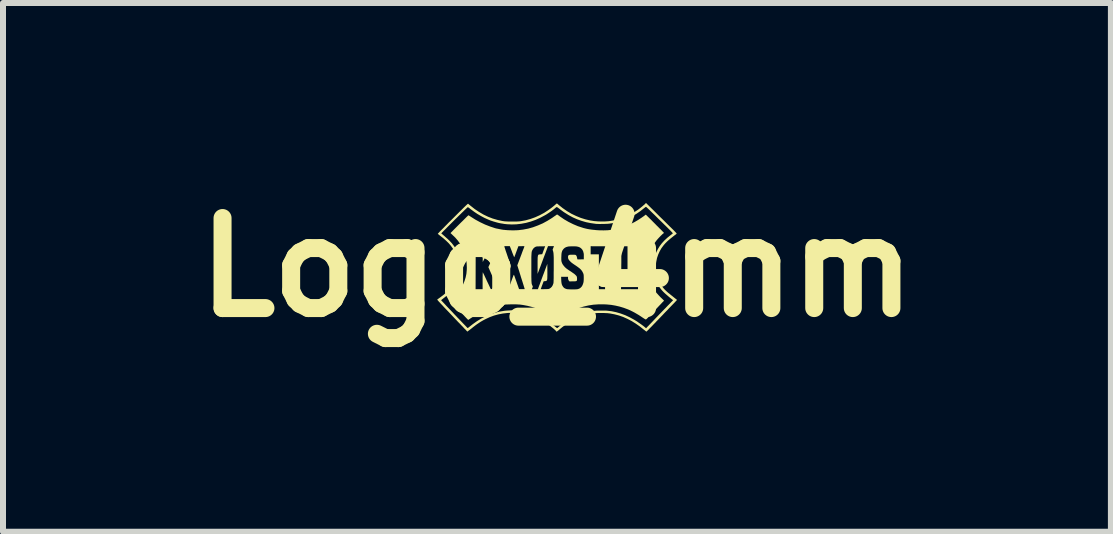
<source format=kicad_pcb>
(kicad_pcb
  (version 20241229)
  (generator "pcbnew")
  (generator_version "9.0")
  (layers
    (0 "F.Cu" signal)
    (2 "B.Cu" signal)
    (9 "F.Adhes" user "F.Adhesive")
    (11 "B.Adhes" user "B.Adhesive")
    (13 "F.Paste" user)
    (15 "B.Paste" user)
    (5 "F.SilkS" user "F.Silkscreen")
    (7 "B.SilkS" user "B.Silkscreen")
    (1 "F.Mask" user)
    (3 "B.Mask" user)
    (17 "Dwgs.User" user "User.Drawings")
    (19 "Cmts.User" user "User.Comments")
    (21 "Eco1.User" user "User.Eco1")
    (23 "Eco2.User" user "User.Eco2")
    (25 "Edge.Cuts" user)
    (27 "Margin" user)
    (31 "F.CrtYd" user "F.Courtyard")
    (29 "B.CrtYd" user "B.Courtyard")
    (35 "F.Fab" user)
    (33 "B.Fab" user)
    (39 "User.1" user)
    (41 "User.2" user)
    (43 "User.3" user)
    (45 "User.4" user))
  (footprint "Logo_4mm"
    (layer "F.Cu")
    (at 6.229 1.404)
    (property "Reference" "Logo_4mm" (at 0 0 0) (layer "F.SilkS") (effects (font (size 1.5 1.5) (thickness 0.3))))
    (attr board_only exclude_from_pos_files exclude_from_bom)
    (fp_poly (pts (xy 1.582 -0.975) (xy 1.603 -0.955) (xy 1.628 -0.93) (xy 1.656 -0.902) (xy 1.686 -0.872) (xy 1.718 -0.84) (xy 1.751 -0.808) (xy 1.784 -0.776) (xy 1.816 -0.744) (xy 1.84 -0.72) (xy 1.871 -0.689) (xy 1.898 -0.663) (xy 1.921 -0.64) (xy 1.94 -0.622) (xy 1.955 -0.606) (xy 1.968 -0.593) (xy 1.977 -0.583) (xy 1.984 -0.576) (xy 1.989 -0.57) (xy 1.992 -0.566) (xy 1.993 -0.563) (xy 1.993 -0.561) (xy 1.993 -0.56) (xy 1.991 -0.558) (xy 1.986 -0.554) (xy 1.976 -0.546) (xy 1.965 -0.538) (xy 1.958 -0.533) (xy 1.924 -0.506) (xy 1.895 -0.483) (xy 1.869 -0.461) (xy 1.847 -0.442) (xy 1.827 -0.423) (xy 1.809 -0.405) (xy 1.792 -0.386) (xy 1.779 -0.371) (xy 1.742 -0.322) (xy 1.712 -0.27) (xy 1.687 -0.215) (xy 1.667 -0.157) (xy 1.654 -0.095) (xy 1.651 -0.075) (xy 1.649 -0.057) (xy 1.648 -0.033) (xy 1.648 -0.008) (xy 1.648 0.019) (xy 1.649 0.044) (xy 1.65 0.067) (xy 1.653 0.085) (xy 1.653 0.086) (xy 1.666 0.146) (xy 1.685 0.202) (xy 1.71 0.255) (xy 1.741 0.305) (xy 1.77 0.342) (xy 1.78 0.354) (xy 1.79 0.365) (xy 1.8 0.375) (xy 1.811 0.386) (xy 1.823 0.397) (xy 1.837 0.41) (xy 1.854 0.425) (xy 1.875 0.441) (xy 1.899 0.461) (xy 1.928 0.484) (xy 1.931 0.487) (xy 2 0.542) (xy 1.991 0.552) (xy 1.987 0.557) (xy 1.978 0.566) (xy 1.966 0.579) (xy 1.952 0.594) (xy 1.935 0.611) (xy 1.917 0.63) (xy 1.908 0.639) (xy 1.887 0.661) (xy 1.863 0.686) (xy 1.837 0.714) (xy 1.809 0.742) (xy 1.782 0.77) (xy 1.757 0.797) (xy 1.746 0.808) (xy 1.724 0.831) (xy 1.702 0.854) (xy 1.68 0.877) (xy 1.659 0.898) (xy 1.641 0.918) (xy 1.625 0.934) (xy 1.616 0.943) (xy 1.598 0.962) (xy 1.578 0.983) (xy 1.557 1.004) (xy 1.538 1.023) (xy 1.532 1.03) (xy 1.517 1.045) (xy 1.506 1.056) (xy 1.498 1.064) (xy 1.493 1.068) (xy 1.489 1.069) (xy 1.486 1.069) (xy 1.484 1.068) (xy 1.479 1.063) (xy 1.47 1.056) (xy 1.459 1.047) (xy 1.452 1.042) (xy 1.382 0.986) (xy 1.312 0.937) (xy 1.243 0.894) (xy 1.173 0.858) (xy 1.104 0.827) (xy 1.033 0.802) (xy 0.961 0.783) (xy 0.888 0.769) (xy 0.863 0.766) (xy 0.838 0.763) (xy 0.808 0.762) (xy 0.775 0.76) (xy 0.74 0.76) (xy 0.706 0.76) (xy 0.673 0.761) (xy 0.644 0.763) (xy 0.628 0.764) (xy 0.555 0.775) (xy 0.484 0.79) (xy 0.415 0.811) (xy 0.348 0.837) (xy 0.282 0.868) (xy 0.217 0.905) (xy 0.152 0.949) (xy 0.086 0.998) (xy 0.039 1.037) (xy 0.022 1.052) (xy 0.008 1.062) (xy -0.001 1.069) (xy -0.007 1.072) (xy -0.01 1.071) (xy -0.01 1.069) (xy -0.013 1.064) (xy -0.02 1.056) (xy -0.031 1.045) (xy -0.045 1.032) (xy -0.062 1.017) (xy -0.081 1.002) (xy -0.101 0.986) (xy -0.121 0.97) (xy -0.141 0.955) (xy -0.154 0.945) (xy -0.224 0.9) (xy -0.296 0.86) (xy -0.368 0.828) (xy -0.443 0.801) (xy -0.519 0.781) (xy -0.598 0.767) (xy -0.679 0.759) (xy -0.745 0.758) (xy -0.824 0.76) (xy -0.901 0.769) (xy -0.975 0.783) (xy -1.048 0.803) (xy -1.119 0.829) (xy -1.186 0.86) (xy -1.218 0.876) (xy -1.248 0.893) (xy -1.277 0.91) (xy -1.305 0.929) (xy -1.335 0.949) (xy -1.366 0.972) (xy -1.401 0.999) (xy -1.419 1.014) (xy -1.436 1.027) (xy -1.452 1.04) (xy -1.466 1.05) (xy -1.477 1.058) (xy -1.483 1.063) (xy -1.484 1.064) (xy -1.494 1.07) (xy -1.528 1.033) (xy -1.541 1.021) (xy -1.556 1.004) (xy -1.574 0.985) (xy -1.594 0.965) (xy -1.613 0.944) (xy -1.627 0.93) (xy -1.65 0.907) (xy -1.676 0.879) (xy -1.705 0.849) (xy -1.737 0.815) (xy -1.771 0.779) (xy -1.806 0.742) (xy -1.842 0.705) (xy -1.878 0.667) (xy -1.912 0.63) (xy -1.938 0.603) (xy -1.953 0.586) (xy -1.968 0.571) (xy -1.979 0.557) (xy -1.988 0.548) (xy -1.929 0.548) (xy -1.927 0.551) (xy -1.921 0.558) (xy -1.912 0.567) (xy -1.911 0.568) (xy -1.905 0.575) (xy -1.895 0.585) (xy -1.882 0.599) (xy -1.866 0.616) (xy -1.848 0.636) (xy -1.828 0.657) (xy -1.807 0.679) (xy -1.803 0.683) (xy -1.781 0.706) (xy -1.758 0.73) (xy -1.736 0.753) (xy -1.716 0.775) (xy -1.697 0.795) (xy -1.681 0.811) (xy -1.67 0.823) (xy -1.655 0.839) (xy -1.637 0.857) (xy -1.617 0.878) (xy -1.596 0.9) (xy -1.576 0.921) (xy -1.568 0.93) (xy -1.551 0.947) (xy -1.535 0.964) (xy -1.521 0.978) (xy -1.51 0.99) (xy -1.502 0.998) (xy -1.499 1.002) (xy -1.491 1.009) (xy -1.486 1.011) (xy -1.481 1.008) (xy -1.476 1.004) (xy -1.404 0.947) (xy -1.332 0.896) (xy -1.26 0.852) (xy -1.186 0.814) (xy -1.111 0.782) (xy -1.034 0.757) (xy -0.956 0.737) (xy -0.877 0.724) (xy -0.851 0.721) (xy -0.767 0.716) (xy -0.685 0.717) (xy -0.605 0.723) (xy -0.526 0.737) (xy -0.449 0.756) (xy -0.396 0.774) (xy -0.332 0.798) (xy -0.271 0.827) (xy -0.209 0.861) (xy -0.148 0.9) (xy -0.086 0.944) (xy -0.041 0.979) (xy -0.027 0.99) (xy -0.015 1) (xy -0.005 1.007) (xy 0.001 1.011) (xy 0.002 1.012) (xy 0.006 1.01) (xy 0.013 1.005) (xy 0.014 1.004) (xy 0.061 0.965) (xy 0.107 0.93) (xy 0.151 0.899) (xy 0.196 0.871) (xy 0.243 0.845) (xy 0.274 0.829) (xy 0.35 0.794) (xy 0.427 0.766) (xy 0.506 0.744) (xy 0.584 0.729) (xy 0.619 0.724) (xy 0.637 0.723) (xy 0.659 0.721) (xy 0.685 0.721) (xy 0.714 0.72) (xy 0.743 0.72) (xy 0.772 0.72) (xy 0.798 0.72) (xy 0.821 0.721) (xy 0.835 0.722) (xy 0.91 0.731) (xy 0.986 0.747) (xy 1.061 0.769) (xy 1.137 0.797) (xy 1.212 0.832) (xy 1.285 0.872) (xy 1.336 0.903) (xy 1.355 0.917) (xy 1.377 0.932) (xy 1.4 0.948) (xy 1.422 0.964) (xy 1.442 0.979) (xy 1.459 0.993) (xy 1.471 1.003) (xy 1.484 1.015) (xy 1.505 0.992) (xy 1.517 0.98) (xy 1.531 0.966) (xy 1.545 0.951) (xy 1.556 0.94) (xy 1.565 0.93) (xy 1.579 0.916) (xy 1.595 0.899) (xy 1.614 0.879) (xy 1.633 0.859) (xy 1.653 0.838) (xy 1.66 0.831) (xy 1.68 0.81) (xy 1.7 0.789) (xy 1.72 0.768) (xy 1.738 0.75) (xy 1.754 0.733) (xy 1.766 0.721) (xy 1.769 0.718) (xy 1.783 0.703) (xy 1.798 0.688) (xy 1.812 0.674) (xy 1.823 0.662) (xy 1.824 0.661) (xy 1.833 0.652) (xy 1.846 0.638) (xy 1.861 0.623) (xy 1.877 0.607) (xy 1.89 0.593) (xy 1.935 0.547) (xy 1.927 0.541) (xy 1.922 0.538) (xy 1.912 0.53) (xy 1.9 0.52) (xy 1.885 0.508) (xy 1.869 0.495) (xy 1.869 0.495) (xy 1.832 0.463) (xy 1.799 0.434) (xy 1.771 0.407) (xy 1.747 0.381) (xy 1.726 0.355) (xy 1.707 0.33) (xy 1.689 0.303) (xy 1.673 0.274) (xy 1.667 0.261) (xy 1.644 0.212) (xy 1.627 0.163) (xy 1.615 0.113) (xy 1.607 0.061) (xy 1.604 0.01) (xy 1.605 -0.039) (xy 1.609 -0.084) (xy 1.616 -0.129) (xy 1.628 -0.176) (xy 1.636 -0.202) (xy 1.657 -0.257) (xy 1.683 -0.308) (xy 1.714 -0.358) (xy 1.751 -0.406) (xy 1.794 -0.452) (xy 1.843 -0.497) (xy 1.89 -0.534) (xy 1.903 -0.544) (xy 1.914 -0.553) (xy 1.923 -0.56) (xy 1.928 -0.564) (xy 1.929 -0.565) (xy 1.929 -0.567) (xy 1.928 -0.57) (xy 1.926 -0.573) (xy 1.922 -0.578) (xy 1.915 -0.585) (xy 1.907 -0.594) (xy 1.896 -0.606) (xy 1.882 -0.62) (xy 1.864 -0.638) (xy 1.843 -0.659) (xy 1.818 -0.684) (xy 1.788 -0.713) (xy 1.774 -0.727) (xy 1.731 -0.769) (xy 1.692 -0.807) (xy 1.658 -0.841) (xy 1.628 -0.871) (xy 1.601 -0.897) (xy 1.578 -0.919) (xy 1.559 -0.938) (xy 1.542 -0.955) (xy 1.528 -0.968) (xy 1.516 -0.98) (xy 1.507 -0.988) (xy 1.499 -0.995) (xy 1.494 -1) (xy 1.489 -1.004) (xy 1.486 -1.006) (xy 1.484 -1.008) (xy 1.483 -1.008) (xy 1.483 -1.008) (xy 1.478 -1.006) (xy 1.47 -1.001) (xy 1.46 -0.993) (xy 1.456 -0.99) (xy 1.389 -0.937) (xy 1.319 -0.889) (xy 1.244 -0.847) (xy 1.167 -0.81) (xy 1.086 -0.779) (xy 1.003 -0.754) (xy 0.919 -0.735) (xy 0.885 -0.73) (xy 0.869 -0.728) (xy 0.849 -0.726) (xy 0.824 -0.725) (xy 0.797 -0.724) (xy 0.768 -0.723) (xy 0.739 -0.723) (xy 0.711 -0.722) (xy 0.686 -0.723) (xy 0.664 -0.723) (xy 0.648 -0.725) (xy 0.646 -0.725) (xy 0.563 -0.737) (xy 0.483 -0.753) (xy 0.408 -0.775) (xy 0.335 -0.801) (xy 0.263 -0.833) (xy 0.193 -0.871) (xy 0.123 -0.915) (xy 0.12 -0.917) (xy 0.101 -0.93) (xy 0.081 -0.945) (xy 0.061 -0.959) (xy 0.044 -0.973) (xy 0.043 -0.973) (xy 0.029 -0.984) (xy 0.017 -0.993) (xy 0.007 -1) (xy 0.000154 -1.003) (xy -0.001 -1.003) (xy -0.006 -1.004) (xy -0.013 -1.001) (xy -0.022 -0.994) (xy -0.025 -0.991) (xy -0.057 -0.964) (xy -0.093 -0.937) (xy -0.133 -0.91) (xy -0.174 -0.883) (xy -0.202 -0.867) (xy -0.279 -0.826) (xy -0.357 -0.791) (xy -0.436 -0.763) (xy -0.516 -0.741) (xy -0.597 -0.726) (xy -0.677 -0.717) (xy -0.743 -0.715) (xy -0.761 -0.715) (xy -0.781 -0.716) (xy -0.804 -0.717) (xy -0.827 -0.718) (xy -0.847 -0.72) (xy -0.865 -0.722) (xy -0.876 -0.723) (xy -0.887 -0.725) (xy -0.898 -0.727) (xy -0.936 -0.733) (xy -0.975 -0.741) (xy -1.013 -0.751) (xy -1.047 -0.761) (xy -1.065 -0.766) (xy -1.078 -0.771) (xy -1.089 -0.774) (xy -1.096 -0.777) (xy -1.097 -0.777) (xy -1.106 -0.78) (xy -1.11 -0.781) (xy -1.116 -0.784) (xy -1.126 -0.788) (xy -1.14 -0.794) (xy -1.15 -0.798) (xy -1.208 -0.824) (xy -1.266 -0.855) (xy -1.323 -0.888) (xy -1.377 -0.924) (xy -1.427 -0.961) (xy -1.438 -0.969) (xy -1.454 -0.982) (xy -1.466 -0.991) (xy -1.475 -0.997) (xy -1.481 -1.001) (xy -1.487 -1.002) (xy -1.487 -1.002) (xy -1.49 -0.999) (xy -1.498 -0.993) (xy -1.509 -0.982) (xy -1.524 -0.968) (xy -1.542 -0.951) (xy -1.562 -0.931) (xy -1.585 -0.909) (xy -1.61 -0.884) (xy -1.636 -0.859) (xy -1.663 -0.832) (xy -1.691 -0.805) (xy -1.719 -0.777) (xy -1.747 -0.749) (xy -1.774 -0.722) (xy -1.8 -0.696) (xy -1.825 -0.671) (xy -1.848 -0.647) (xy -1.869 -0.626) (xy -1.888 -0.608) (xy -1.903 -0.592) (xy -1.915 -0.58) (xy -1.923 -0.571) (xy -1.926 -0.566) (xy -1.927 -0.566) (xy -1.924 -0.562) (xy -1.921 -0.559) (xy -1.915 -0.555) (xy -1.905 -0.547) (xy -1.893 -0.536) (xy -1.877 -0.523) (xy -1.861 -0.508) (xy -1.844 -0.493) (xy -1.828 -0.479) (xy -1.813 -0.465) (xy -1.801 -0.453) (xy -1.795 -0.448) (xy -1.751 -0.401) (xy -1.712 -0.35) (xy -1.679 -0.298) (xy -1.652 -0.243) (xy -1.63 -0.187) (xy -1.615 -0.129) (xy -1.606 -0.071) (xy -1.603 -0.012) (xy -1.604 0.007) (xy -1.61 0.073) (xy -1.622 0.137) (xy -1.641 0.198) (xy -1.665 0.256) (xy -1.695 0.311) (xy -1.731 0.363) (xy -1.77 0.409) (xy -1.788 0.427) (xy -1.81 0.448) (xy -1.835 0.469) (xy -1.861 0.492) (xy -1.887 0.512) (xy -1.911 0.531) (xy -1.916 0.535) (xy -1.924 0.541) (xy -1.929 0.546) (xy -1.929 0.548) (xy -1.988 0.548) (xy -1.988 0.547) (xy -1.994 0.54) (xy -1.995 0.537) (xy -1.992 0.534) (xy -1.984 0.528) (xy -1.973 0.52) (xy -1.959 0.51) (xy -1.948 0.502) (xy -1.892 0.46) (xy -1.842 0.417) (xy -1.798 0.373) (xy -1.76 0.327) (xy -1.728 0.28) (xy -1.701 0.232) (xy -1.679 0.18) (xy -1.661 0.126) (xy -1.655 0.101) (xy -1.653 0.09) (xy -1.651 0.079) (xy -1.65 0.067) (xy -1.649 0.054) (xy -1.648 0.038) (xy -1.648 0.017) (xy -1.648 -0.008) (xy -1.648 -0.04) (xy -1.649 -0.066) (xy -1.651 -0.088) (xy -1.654 -0.109) (xy -1.658 -0.129) (xy -1.663 -0.15) (xy -1.67 -0.173) (xy -1.675 -0.186) (xy -1.692 -0.233) (xy -1.714 -0.277) (xy -1.739 -0.32) (xy -1.769 -0.361) (xy -1.804 -0.402) (xy -1.845 -0.442) (xy -1.891 -0.483) (xy -1.943 -0.524) (xy -1.957 -0.535) (xy -1.969 -0.545) (xy -1.979 -0.553) (xy -1.985 -0.558) (xy -1.986 -0.559) (xy -1.983 -0.562) (xy -1.977 -0.569) (xy -1.966 -0.58) (xy -1.952 -0.596) (xy -1.934 -0.614) (xy -1.912 -0.636) (xy -1.888 -0.66) (xy -1.862 -0.687) (xy -1.833 -0.716) (xy -1.802 -0.748) (xy -1.769 -0.78) (xy -1.736 -0.813) (xy -1.694 -0.855) (xy -1.657 -0.892) (xy -1.624 -0.925) (xy -1.594 -0.954) (xy -1.569 -0.979) (xy -1.548 -1) (xy -1.529 -1.018) (xy -1.515 -1.032) (xy -1.503 -1.043) (xy -1.494 -1.051) (xy -1.487 -1.057) (xy -1.483 -1.06) (xy -1.481 -1.06) (xy -1.477 -1.057) (xy -1.469 -1.05) (xy -1.458 -1.041) (xy -1.445 -1.03) (xy -1.441 -1.027) (xy -1.37 -0.971) (xy -1.298 -0.923) (xy -1.225 -0.88) (xy -1.15 -0.844) (xy -1.073 -0.814) (xy -0.994 -0.791) (xy -0.913 -0.773) (xy -0.887 -0.769) (xy -0.872 -0.767) (xy -0.858 -0.766) (xy -0.841 -0.765) (xy -0.822 -0.764) (xy -0.798 -0.763) (xy -0.77 -0.763) (xy -0.745 -0.763) (xy -0.712 -0.763) (xy -0.685 -0.763) (xy -0.663 -0.764) (xy -0.644 -0.765) (xy -0.628 -0.766) (xy -0.613 -0.768) (xy -0.603 -0.769) (xy -0.521 -0.784) (xy -0.442 -0.806) (xy -0.364 -0.834) (xy -0.289 -0.868) (xy -0.214 -0.908) (xy -0.142 -0.955) (xy -0.11 -0.978) (xy -0.078 -1.002) (xy -0.051 -1.024) (xy -0.028 -1.044) (xy -0.018 -1.053) (xy -0.011 -1.059) (xy -0.006 -1.063) (xy -0.001 -1.063) (xy 0.006 -1.06) (xy 0.015 -1.053) (xy 0.025 -1.043) (xy 0.095 -0.987) (xy 0.167 -0.937) (xy 0.241 -0.893) (xy 0.318 -0.856) (xy 0.396 -0.824) (xy 0.477 -0.799) (xy 0.56 -0.78) (xy 0.562 -0.78) (xy 0.62 -0.771) (xy 0.681 -0.766) (xy 0.744 -0.764) (xy 0.806 -0.765) (xy 0.865 -0.769) (xy 0.883 -0.772) (xy 0.939 -0.781) (xy 0.997 -0.795) (xy 1.056 -0.812) (xy 1.113 -0.832) (xy 1.168 -0.855) (xy 1.169 -0.856) (xy 1.201 -0.871) (xy 1.235 -0.89) (xy 1.271 -0.91) (xy 1.305 -0.931) (xy 1.337 -0.951) (xy 1.365 -0.971) (xy 1.376 -0.98) (xy 1.399 -0.998) (xy 1.42 -1.015) (xy 1.438 -1.031) (xy 1.454 -1.044) (xy 1.466 -1.055) (xy 1.473 -1.063) (xy 1.475 -1.064) (xy 1.482 -1.074)) (stroke (width 0) (type solid)) (fill yes) (layer "F.SilkS"))
    (fp_poly (pts (xy 0.005 -0.88) (xy 0.013 -0.874) (xy 0.024 -0.867) (xy 0.038 -0.857) (xy 0.046 -0.85) (xy 0.119 -0.8) (xy 0.193 -0.757) (xy 0.27 -0.719) (xy 0.348 -0.686) (xy 0.431 -0.659) (xy 0.437 -0.657) (xy 0.471 -0.648) (xy 0.506 -0.64) (xy 0.54 -0.634) (xy 0.572 -0.629) (xy 0.598 -0.626) (xy 0.608 -0.625) (xy 0.622 -0.624) (xy 0.638 -0.622) (xy 0.644 -0.621) (xy 0.709 -0.617) (xy 0.777 -0.616) (xy 0.844 -0.618) (xy 0.909 -0.625) (xy 0.918 -0.626) (xy 0.994 -0.64) (xy 1.069 -0.661) (xy 1.145 -0.687) (xy 1.22 -0.718) (xy 1.293 -0.755) (xy 1.336 -0.78) (xy 1.352 -0.79) (xy 1.371 -0.802) (xy 1.392 -0.816) (xy 1.412 -0.829) (xy 1.431 -0.843) (xy 1.448 -0.854) (xy 1.46 -0.864) (xy 1.465 -0.867) (xy 1.472 -0.873) (xy 1.478 -0.877) (xy 1.48 -0.878) (xy 1.482 -0.876) (xy 1.489 -0.869) (xy 1.5 -0.859) (xy 1.513 -0.845) (xy 1.53 -0.829) (xy 1.549 -0.81) (xy 1.57 -0.79) (xy 1.591 -0.768) (xy 1.614 -0.745) (xy 1.637 -0.722) (xy 1.66 -0.698) (xy 1.683 -0.676) (xy 1.704 -0.654) (xy 1.724 -0.635) (xy 1.742 -0.617) (xy 1.757 -0.601) (xy 1.769 -0.589) (xy 1.777 -0.58) (xy 1.782 -0.575) (xy 1.782 -0.574) (xy 1.781 -0.571) (xy 1.775 -0.567) (xy 1.774 -0.566) (xy 1.766 -0.561) (xy 1.755 -0.551) (xy 1.742 -0.538) (xy 1.726 -0.523) (xy 1.709 -0.505) (xy 1.691 -0.486) (xy 1.674 -0.467) (xy 1.658 -0.448) (xy 1.651 -0.439) (xy 1.624 -0.402) (xy 1.598 -0.361) (xy 1.574 -0.317) (xy 1.553 -0.272) (xy 1.538 -0.231) (xy 1.527 -0.196) (xy 1.519 -0.166) (xy 1.512 -0.138) (xy 1.507 -0.112) (xy 1.504 -0.085) (xy 1.502 -0.056) (xy 1.501 -0.023) (xy 1.501 -0.008) (xy 1.5 0.018) (xy 1.5 0.039) (xy 1.501 0.056) (xy 1.502 0.071) (xy 1.503 0.084) (xy 1.506 0.098) (xy 1.506 0.104) (xy 1.518 0.155) (xy 1.536 0.209) (xy 1.558 0.263) (xy 1.585 0.316) (xy 1.616 0.367) (xy 1.65 0.415) (xy 1.656 0.422) (xy 1.665 0.433) (xy 1.677 0.446) (xy 1.692 0.463) (xy 1.708 0.48) (xy 1.724 0.497) (xy 1.74 0.512) (xy 1.753 0.525) (xy 1.753 0.525) (xy 1.784 0.555) (xy 1.759 0.58) (xy 1.747 0.593) (xy 1.732 0.609) (xy 1.716 0.626) (xy 1.704 0.638) (xy 1.69 0.653) (xy 1.675 0.669) (xy 1.661 0.684) (xy 1.651 0.695) (xy 1.618 0.73) (xy 1.59 0.76) (xy 1.565 0.786) (xy 1.544 0.808) (xy 1.527 0.826) (xy 1.513 0.841) (xy 1.501 0.852) (xy 1.493 0.86) (xy 1.486 0.865) (xy 1.482 0.868) (xy 1.48 0.868) (xy 1.474 0.866) (xy 1.464 0.861) (xy 1.451 0.853) (xy 1.44 0.846) (xy 1.403 0.821) (xy 1.365 0.796) (xy 1.326 0.773) (xy 1.288 0.751) (xy 1.251 0.732) (xy 1.217 0.715) (xy 1.187 0.702) (xy 1.185 0.701) (xy 1.112 0.674) (xy 1.042 0.653) (xy 0.972 0.637) (xy 0.902 0.625) (xy 0.828 0.618) (xy 0.781 0.616) (xy 0.693 0.616) (xy 0.607 0.622) (xy 0.522 0.635) (xy 0.438 0.655) (xy 0.357 0.681) (xy 0.277 0.713) (xy 0.242 0.729) (xy 0.199 0.752) (xy 0.159 0.774) (xy 0.121 0.797) (xy 0.083 0.823) (xy 0.067 0.834) (xy 0.048 0.848) (xy 0.034 0.858) (xy 0.023 0.865) (xy 0.016 0.87) (xy 0.01 0.873) (xy 0.006 0.874) (xy 0.003 0.875) (xy 0.001 0.875) (xy -0.004 0.873) (xy -0.013 0.868) (xy -0.025 0.86) (xy -0.04 0.85) (xy -0.05 0.843) (xy -0.086 0.818) (xy -0.118 0.797) (xy -0.149 0.778) (xy -0.18 0.76) (xy -0.214 0.742) (xy -0.242 0.728) (xy -0.304 0.7) (xy -0.365 0.676) (xy -0.427 0.657) (xy -0.492 0.641) (xy -0.56 0.628) (xy -0.616 0.62) (xy -0.637 0.619) (xy -0.664 0.617) (xy -0.694 0.616) (xy -0.727 0.616) (xy -0.76 0.616) (xy -0.793 0.617) (xy -0.824 0.618) (xy -0.852 0.619) (xy -0.875 0.621) (xy -0.882 0.622) (xy -0.957 0.635) (xy -1.029 0.651) (xy -1.1 0.673) (xy -1.155 0.693) (xy -1.183 0.705) (xy -1.21 0.716) (xy -1.235 0.728) (xy -1.262 0.742) (xy -1.289 0.756) (xy -1.317 0.773) (xy -1.349 0.791) (xy -1.383 0.813) (xy -1.421 0.837) (xy -1.461 0.864) (xy -1.47 0.87) (xy -1.477 0.874) (xy -1.48 0.875) (xy -1.483 0.873) (xy -1.489 0.866) (xy -1.499 0.856) (xy -1.512 0.843) (xy -1.526 0.828) (xy -1.535 0.819) (xy -1.553 0.799) (xy -1.575 0.777) (xy -1.598 0.752) (xy -1.62 0.728) (xy -1.641 0.705) (xy -1.648 0.698) (xy -1.667 0.678) (xy -1.686 0.657) (xy -1.705 0.637) (xy -1.722 0.618) (xy -1.737 0.602) (xy -1.744 0.595) (xy -1.779 0.557) (xy -1.722 0.5) (xy -1.688 0.465) (xy -1.659 0.432) (xy -1.633 0.401) (xy -1.611 0.369) (xy -1.608 0.364) (xy -1.356 0.364) (xy -1.297 0.364) (xy -1.239 0.364) (xy -0.911 0.364) (xy -0.86 0.364) (xy -0.809 0.364) (xy -0.806 0.353) (xy -0.803 0.347) (xy -0.799 0.335) (xy -0.794 0.32) (xy -0.787 0.301) (xy -0.779 0.281) (xy -0.776 0.274) (xy -0.768 0.25) (xy -0.759 0.226) (xy -0.75 0.202) (xy -0.742 0.18) (xy -0.736 0.163) (xy -0.735 0.163) (xy -0.73 0.147) (xy -0.725 0.135) (xy -0.72 0.126) (xy -0.718 0.123) (xy -0.718 0.123) (xy -0.716 0.126) (xy -0.712 0.136) (xy -0.707 0.149) (xy -0.701 0.167) (xy -0.694 0.187) (xy -0.688 0.204) (xy -0.679 0.228) (xy -0.67 0.253) (xy -0.662 0.277) (xy -0.654 0.299) (xy -0.648 0.316) (xy -0.646 0.322) (xy -0.632 0.362) (xy -0.585 0.363) (xy -0.568 0.363) (xy -0.554 0.363) (xy -0.543 0.363) (xy -0.538 0.362) (xy -0.538 0.362) (xy -0.538 0.36) (xy -0.54 0.354) (xy -0.543 0.344) (xy -0.547 0.33) (xy -0.553 0.311) (xy -0.56 0.288) (xy -0.569 0.259) (xy -0.58 0.224) (xy -0.593 0.184) (xy -0.601 0.159) (xy -0.608 0.135) (xy -0.615 0.113) (xy -0.621 0.094) (xy -0.625 0.08) (xy -0.628 0.071) (xy -0.628 0.07) (xy -0.632 0.058) (xy -0.637 0.042) (xy -0.643 0.024) (xy -0.648 0.007) (xy -0.661 -0.033) (xy -0.427 -0.033) (xy -0.427 0.008) (xy -0.427 0.056) (xy -0.427 0.097) (xy -0.427 0.134) (xy -0.427 0.164) (xy -0.426 0.191) (xy -0.426 0.213) (xy -0.425 0.231) (xy -0.424 0.246) (xy -0.423 0.259) (xy -0.422 0.269) (xy -0.42 0.277) (xy -0.418 0.285) (xy -0.415 0.291) (xy -0.412 0.298) (xy -0.41 0.303) (xy -0.405 0.313) (xy -0.403 0.319) (xy -0.404 0.326) (xy -0.407 0.334) (xy -0.411 0.345) (xy -0.415 0.354) (xy -0.415 0.356) (xy -0.418 0.364) (xy -0.368 0.364) (xy -0.318 0.364) (xy -0.294 0.298) (xy -0.287 0.281) (xy -0.279 0.258) (xy -0.269 0.231) (xy -0.258 0.201) (xy -0.246 0.169) (xy -0.234 0.136) (xy -0.221 0.103) (xy -0.215 0.087) (xy -0.161 -0.058) (xy -0.16 0.071) (xy -0.16 0.105) (xy -0.16 0.134) (xy -0.161 0.157) (xy -0.161 0.175) (xy -0.162 0.189) (xy -0.163 0.2) (xy -0.165 0.207) (xy -0.166 0.213) (xy -0.169 0.217) (xy -0.172 0.221) (xy -0.176 0.224) (xy -0.182 0.227) (xy -0.192 0.229) (xy -0.201 0.23) (xy -0.222 0.232) (xy -0.228 0.247) (xy -0.231 0.256) (xy -0.236 0.269) (xy -0.242 0.285) (xy -0.249 0.303) (xy -0.251 0.308) (xy -0.257 0.325) (xy -0.262 0.34) (xy -0.266 0.351) (xy -0.269 0.358) (xy -0.269 0.359) (xy -0.269 0.361) (xy -0.267 0.362) (xy -0.262 0.363) (xy -0.253 0.364) (xy -0.239 0.364) (xy -0.221 0.364) (xy -0.207 0.363) (xy -0.184 0.363) (xy -0.167 0.362) (xy -0.154 0.362) (xy -0.144 0.361) (xy -0.137 0.359) (xy -0.131 0.357) (xy -0.125 0.355) (xy -0.104 0.341) (xy -0.086 0.323) (xy -0.072 0.3) (xy -0.061 0.271) (xy -0.06 0.267) (xy -0.059 0.261) (xy -0.058 0.255) (xy -0.057 0.246) (xy -0.057 0.234) (xy -0.056 0.22) (xy -0.056 0.202) (xy -0.055 0.18) (xy -0.055 0.157) (xy 0.069 0.157) (xy 0.071 0.208) (xy 0.072 0.232) (xy 0.074 0.25) (xy 0.076 0.265) (xy 0.079 0.277) (xy 0.079 0.28) (xy 0.09 0.306) (xy 0.104 0.327) (xy 0.12 0.344) (xy 0.141 0.355) (xy 0.161 0.362) (xy 0.171 0.364) (xy 0.187 0.365) (xy 0.207 0.366) (xy 0.23 0.367) (xy 0.254 0.367) (xy 0.278 0.367) (xy 0.301 0.367) (xy 0.321 0.366) (xy 0.338 0.364) (xy 0.349 0.363) (xy 0.35 0.362) (xy 0.374 0.353) (xy 0.394 0.339) (xy 0.412 0.32) (xy 0.426 0.296) (xy 0.437 0.266) (xy 0.438 0.261) (xy 0.441 0.251) (xy 0.443 0.24) (xy 0.444 0.229) (xy 0.445 0.215) (xy 0.446 0.197) (xy 0.446 0.179) (xy 0.446 0.157) (xy 0.445 0.141) (xy 0.445 0.13) (xy 0.443 0.121) (xy 0.442 0.113) (xy 0.439 0.105) (xy 0.438 0.102) (xy 0.429 0.083) (xy 0.42 0.066) (xy 0.408 0.049) (xy 0.394 0.033) (xy 0.377 0.017) (xy 0.355 0.000334) (xy 0.33 -0.018) (xy 0.299 -0.039) (xy 0.291 -0.044) (xy 0.262 -0.064) (xy 0.236 -0.084) (xy 0.216 -0.104) (xy 0.2 -0.122) (xy 0.192 -0.135) (xy 0.187 -0.147) (xy 0.185 -0.158) (xy 0.184 -0.171) (xy 0.184 -0.174) (xy 0.185 -0.186) (xy 0.187 -0.193) (xy 0.19 -0.198) (xy 0.196 -0.203) (xy 0.197 -0.203) (xy 0.202 -0.206) (xy 0.207 -0.208) (xy 0.213 -0.209) (xy 0.223 -0.21) (xy 0.236 -0.21) (xy 0.255 -0.21) (xy 0.257 -0.21) (xy 0.277 -0.21) (xy 0.291 -0.21) (xy 0.3 -0.209) (xy 0.307 -0.208) (xy 0.311 -0.206) (xy 0.315 -0.204) (xy 0.324 -0.193) (xy 0.331 -0.176) (xy 0.336 -0.153) (xy 0.336 -0.153) (xy 0.338 -0.14) (xy 0.341 -0.134) (xy 0.343 -0.133) (xy 0.348 -0.133) (xy 0.358 -0.132) (xy 0.373 -0.133) (xy 0.39 -0.133) (xy 0.398 -0.133) (xy 0.447 -0.134) (xy 0.447 -0.177) (xy 0.447 -0.195) (xy 0.447 -0.212) (xy 0.446 -0.226) (xy 0.444 -0.236) (xy 0.436 -0.267) (xy 0.423 -0.293) (xy 0.405 -0.314) (xy 0.383 -0.331) (xy 0.356 -0.342) (xy 0.334 -0.347) (xy 0.32 -0.349) (xy 0.301 -0.35) (xy 0.279 -0.35) (xy 0.255 -0.35) (xy 0.232 -0.35) (xy 0.211 -0.349) (xy 0.194 -0.348) (xy 0.187 -0.347) (xy 0.157 -0.339) (xy 0.132 -0.327) (xy 0.111 -0.309) (xy 0.094 -0.287) (xy 0.092 -0.284) (xy 0.085 -0.269) (xy 0.08 -0.253) (xy 0.076 -0.234) (xy 0.074 -0.211) (xy 0.073 -0.183) (xy 0.072 -0.165) (xy 0.072 -0.144) (xy 0.072 -0.127) (xy 0.073 -0.114) (xy 0.074 -0.104) (xy 0.076 -0.095) (xy 0.079 -0.086) (xy 0.079 -0.085) (xy 0.091 -0.056) (xy 0.11 -0.029) (xy 0.133 -0.002) (xy 0.162 0.023) (xy 0.185 0.039) (xy 0.212 0.057) (xy 0.234 0.071) (xy 0.251 0.083) (xy 0.265 0.093) (xy 0.277 0.101) (xy 0.286 0.107) (xy 0.294 0.114) (xy 0.301 0.12) (xy 0.303 0.122) (xy 0.316 0.135) (xy 0.325 0.145) (xy 0.33 0.155) (xy 0.333 0.168) (xy 0.334 0.183) (xy 0.334 0.188) (xy 0.334 0.203) (xy 0.333 0.214) (xy 0.33 0.221) (xy 0.325 0.227) (xy 0.317 0.23) (xy 0.304 0.232) (xy 0.287 0.233) (xy 0.265 0.233) (xy 0.208 0.234) (xy 0.199 0.224) (xy 0.189 0.207) (xy 0.184 0.185) (xy 0.184 0.173) (xy 0.184 0.157) (xy 0.126 0.157) (xy 0.069 0.157) (xy -0.055 0.157) (xy -0.055 0.154) (xy -0.055 0.123) (xy -0.055 0.086) (xy -0.054 0.043) (xy -0.054 0.03) (xy -0.054 -0.019) (xy -0.054 -0.063) (xy -0.054 -0.1) (xy -0.054 -0.133) (xy -0.054 -0.16) (xy -0.055 -0.184) (xy -0.056 -0.204) (xy -0.057 -0.221) (xy -0.058 -0.234) (xy -0.06 -0.246) (xy -0.061 -0.256) (xy -0.064 -0.265) (xy -0.066 -0.273) (xy -0.066 -0.274) (xy -0.073 -0.293) (xy -0.062 -0.323) (xy -0.057 -0.335) (xy -0.053 -0.346) (xy -0.05 -0.352) (xy -0.05 -0.352) (xy 0.561 -0.352) (xy 0.561 -0.285) (xy 0.561 -0.217) (xy 0.629 -0.217) (xy 0.698 -0.217) (xy 0.698 0.073) (xy 0.698 0.364) (xy 0.75 0.364) (xy 0.801 0.364) (xy 1.067 0.364) (xy 1.257 0.364) (xy 1.446 0.364) (xy 1.446 0.297) (xy 1.446 0.23) (xy 1.311 0.23) (xy 1.175 0.23) (xy 1.175 -0.06) (xy 1.175 -0.351) (xy 1.124 -0.351) (xy 1.072 -0.351) (xy 1.072 -0.169) (xy 1.072 -0.127) (xy 1.072 -0.08) (xy 1.071 -0.03) (xy 1.071 0.021) (xy 1.071 0.072) (xy 1.07 0.12) (xy 1.07 0.165) (xy 1.07 0.188) (xy 1.067 0.364) (xy 0.801 0.364) (xy 0.801 0.074) (xy 0.801 -0.217) (xy 0.869 -0.218) (xy 0.937 -0.219) (xy 0.938 -0.285) (xy 0.938 -0.35) (xy 0.75 -0.351) (xy 0.561 -0.352) (xy -0.05 -0.352) (xy -0.05 -0.353) (xy -0.053 -0.353) (xy -0.062 -0.354) (xy -0.075 -0.354) (xy -0.091 -0.354) (xy -0.1 -0.354) (xy -0.149 -0.354) (xy -0.196 -0.228) (xy -0.217 -0.173) (xy -0.235 -0.125) (xy -0.251 -0.082) (xy -0.265 -0.044) (xy -0.277 -0.012) (xy -0.288 0.016) (xy -0.297 0.04) (xy -0.304 0.059) (xy -0.31 0.075) (xy -0.315 0.087) (xy -0.318 0.096) (xy -0.32 0.102) (xy -0.322 0.105) (xy -0.323 0.107) (xy -0.323 0.104) (xy -0.323 0.095) (xy -0.323 0.081) (xy -0.323 0.062) (xy -0.323 0.039) (xy -0.323 0.012) (xy -0.323 -0.017) (xy -0.323 -0.04) (xy -0.323 -0.079) (xy -0.323 -0.111) (xy -0.322 -0.138) (xy -0.322 -0.159) (xy -0.32 -0.176) (xy -0.318 -0.19) (xy -0.316 -0.199) (xy -0.312 -0.206) (xy -0.307 -0.211) (xy -0.301 -0.214) (xy -0.294 -0.215) (xy -0.285 -0.216) (xy -0.274 -0.217) (xy -0.273 -0.217) (xy -0.246 -0.219) (xy -0.227 -0.272) (xy -0.22 -0.291) (xy -0.213 -0.308) (xy -0.208 -0.323) (xy -0.204 -0.334) (xy -0.202 -0.338) (xy -0.197 -0.351) (xy -0.27 -0.35) (xy -0.293 -0.35) (xy -0.312 -0.349) (xy -0.325 -0.349) (xy -0.335 -0.348) (xy -0.343 -0.347) (xy -0.349 -0.345) (xy -0.355 -0.343) (xy -0.361 -0.34) (xy -0.381 -0.327) (xy -0.396 -0.311) (xy -0.409 -0.29) (xy -0.412 -0.284) (xy -0.415 -0.277) (xy -0.418 -0.27) (xy -0.42 -0.262) (xy -0.422 -0.253) (xy -0.423 -0.243) (xy -0.424 -0.23) (xy -0.425 -0.214) (xy -0.426 -0.195) (xy -0.427 -0.172) (xy -0.427 -0.145) (xy -0.427 -0.113) (xy -0.427 -0.076) (xy -0.427 -0.033) (xy -0.661 -0.033) (xy -0.661 -0.034) (xy -0.603 -0.188) (xy -0.591 -0.219) (xy -0.581 -0.247) (xy -0.571 -0.274) (xy -0.562 -0.297) (xy -0.554 -0.317) (xy -0.548 -0.332) (xy -0.545 -0.343) (xy -0.543 -0.348) (xy -0.543 -0.348) (xy -0.542 -0.35) (xy -0.543 -0.352) (xy -0.547 -0.353) (xy -0.555 -0.353) (xy -0.567 -0.354) (xy -0.584 -0.353) (xy -0.591 -0.353) (xy -0.643 -0.352) (xy -0.669 -0.282) (xy -0.68 -0.252) (xy -0.689 -0.228) (xy -0.696 -0.208) (xy -0.702 -0.194) (xy -0.706 -0.183) (xy -0.709 -0.176) (xy -0.711 -0.172) (xy -0.713 -0.17) (xy -0.714 -0.169) (xy -0.714 -0.17) (xy -0.715 -0.171) (xy -0.716 -0.175) (xy -0.72 -0.185) (xy -0.726 -0.199) (xy -0.733 -0.217) (xy -0.741 -0.237) (xy -0.75 -0.26) (xy -0.751 -0.265) (xy -0.786 -0.354) (xy -0.832 -0.354) (xy -0.853 -0.354) (xy -0.868 -0.353) (xy -0.876 -0.352) (xy -0.878 -0.35) (xy -0.877 -0.347) (xy -0.874 -0.337) (xy -0.869 -0.323) (xy -0.863 -0.304) (xy -0.856 -0.281) (xy -0.847 -0.255) (xy -0.837 -0.226) (xy -0.827 -0.196) (xy -0.826 -0.193) (xy -0.816 -0.162) (xy -0.806 -0.132) (xy -0.797 -0.105) (xy -0.789 -0.081) (xy -0.782 -0.061) (xy -0.776 -0.045) (xy -0.773 -0.034) (xy -0.771 -0.028) (xy -0.771 -0.028) (xy -0.77 -0.024) (xy -0.77 -0.019) (xy -0.771 -0.013) (xy -0.773 -0.004) (xy -0.777 0.007) (xy -0.783 0.023) (xy -0.789 0.04) (xy -0.799 0.067) (xy -0.81 0.095) (xy -0.822 0.126) (xy -0.833 0.156) (xy -0.845 0.187) (xy -0.856 0.217) (xy -0.867 0.246) (xy -0.877 0.271) (xy -0.885 0.294) (xy -0.892 0.313) (xy -0.898 0.326) (xy -0.9 0.333) (xy -0.911 0.364) (xy -1.239 0.364) (xy -1.239 0.221) (xy -1.239 0.19) (xy -1.239 0.161) (xy -1.238 0.136) (xy -1.238 0.115) (xy -1.237 0.099) (xy -1.237 0.088) (xy -1.236 0.082) (xy -1.236 0.082) (xy -1.234 0.086) (xy -1.229 0.095) (xy -1.223 0.108) (xy -1.214 0.125) (xy -1.205 0.145) (xy -1.195 0.167) (xy -1.193 0.17) (xy -1.181 0.196) (xy -1.169 0.223) (xy -1.156 0.25) (xy -1.144 0.275) (xy -1.134 0.296) (xy -1.128 0.309) (xy -1.103 0.362) (xy -1.044 0.363) (xy -1.02 0.363) (xy -1.002 0.363) (xy -0.99 0.362) (xy -0.985 0.361) (xy -0.985 0.361) (xy -0.986 0.356) (xy -0.99 0.347) (xy -0.995 0.335) (xy -1.002 0.32) (xy -1.003 0.316) (xy -1.008 0.305) (xy -1.016 0.287) (xy -1.025 0.266) (xy -1.036 0.241) (xy -1.048 0.213) (xy -1.061 0.184) (xy -1.074 0.154) (xy -1.082 0.136) (xy -1.143 -0.004) (xy -1.118 -0.058) (xy -1.11 -0.074) (xy -1.101 -0.095) (xy -1.089 -0.119) (xy -1.076 -0.147) (xy -1.063 -0.175) (xy -1.05 -0.205) (xy -1.039 -0.228) (xy -1.027 -0.254) (xy -1.016 -0.278) (xy -1.006 -0.299) (xy -0.998 -0.318) (xy -0.991 -0.332) (xy -0.987 -0.342) (xy -0.985 -0.347) (xy -0.985 -0.347) (xy -0.987 -0.348) (xy -0.995 -0.349) (xy -1.008 -0.35) (xy -1.026 -0.35) (xy -1.043 -0.35) (xy -1.1 -0.349) (xy -1.13 -0.292) (xy -1.141 -0.271) (xy -1.154 -0.247) (xy -1.168 -0.22) (xy -1.182 -0.193) (xy -1.196 -0.168) (xy -1.199 -0.162) (xy -1.237 -0.089) (xy -1.238 -0.22) (xy -1.239 -0.351) (xy -1.296 -0.35) (xy -1.354 -0.349) (xy -1.355 0.008) (xy -1.356 0.364) (xy -1.608 0.364) (xy -1.591 0.336) (xy -1.572 0.301) (xy -1.566 0.288) (xy -1.541 0.229) (xy -1.522 0.169) (xy -1.509 0.107) (xy -1.503 0.042) (xy -1.502 0.003) (xy -1.505 -0.068) (xy -1.514 -0.137) (xy -1.53 -0.204) (xy -1.551 -0.269) (xy -1.578 -0.33) (xy -1.611 -0.389) (xy -1.65 -0.444) (xy -1.694 -0.495) (xy -1.743 -0.542) (xy -1.754 -0.553) (xy -1.764 -0.562) (xy -1.771 -0.568) (xy -1.773 -0.571) (xy -1.773 -0.571) (xy -1.771 -0.574) (xy -1.764 -0.581) (xy -1.754 -0.591) (xy -1.74 -0.605) (xy -1.724 -0.622) (xy -1.705 -0.641) (xy -1.685 -0.661) (xy -1.663 -0.683) (xy -1.64 -0.706) (xy -1.617 -0.729) (xy -1.595 -0.751) (xy -1.572 -0.773) (xy -1.551 -0.794) (xy -1.532 -0.813) (xy -1.515 -0.83) (xy -1.5 -0.845) (xy -1.488 -0.856) (xy -1.48 -0.864) (xy -1.476 -0.867) (xy -1.476 -0.867) (xy -1.472 -0.866) (xy -1.465 -0.862) (xy -1.453 -0.855) (xy -1.44 -0.846) (xy -1.361 -0.796) (xy -1.28 -0.752) (xy -1.198 -0.713) (xy -1.116 -0.681) (xy -1.035 -0.654) (xy -1.017 -0.649) (xy -1.004 -0.646) (xy -0.987 -0.643) (xy -0.968 -0.639) (xy -0.948 -0.635) (xy -0.928 -0.631) (xy -0.911 -0.628) (xy -0.898 -0.626) (xy -0.89 -0.625) (xy -0.885 -0.624) (xy -0.874 -0.624) (xy -0.859 -0.622) (xy -0.84 -0.621) (xy -0.82 -0.619) (xy -0.818 -0.619) (xy -0.733 -0.616) (xy -0.649 -0.619) (xy -0.565 -0.629) (xy -0.481 -0.645) (xy -0.399 -0.668) (xy -0.318 -0.698) (xy -0.237 -0.733) (xy -0.158 -0.776) (xy -0.081 -0.824) (xy -0.037 -0.855) (xy -0.023 -0.864) (xy -0.012 -0.873) (xy -0.003 -0.878) (xy 0.002 -0.881) (xy 0.002 -0.882)) (stroke (width 0) (type solid)) (fill yes) (layer "F.SilkS")))
  (gr_rect
    (start -3 -3)
    (end 15.457 5.808)
    (stroke (width 0.1) (type default))
    (fill no)
    (layer "Edge.Cuts")))
</source>
